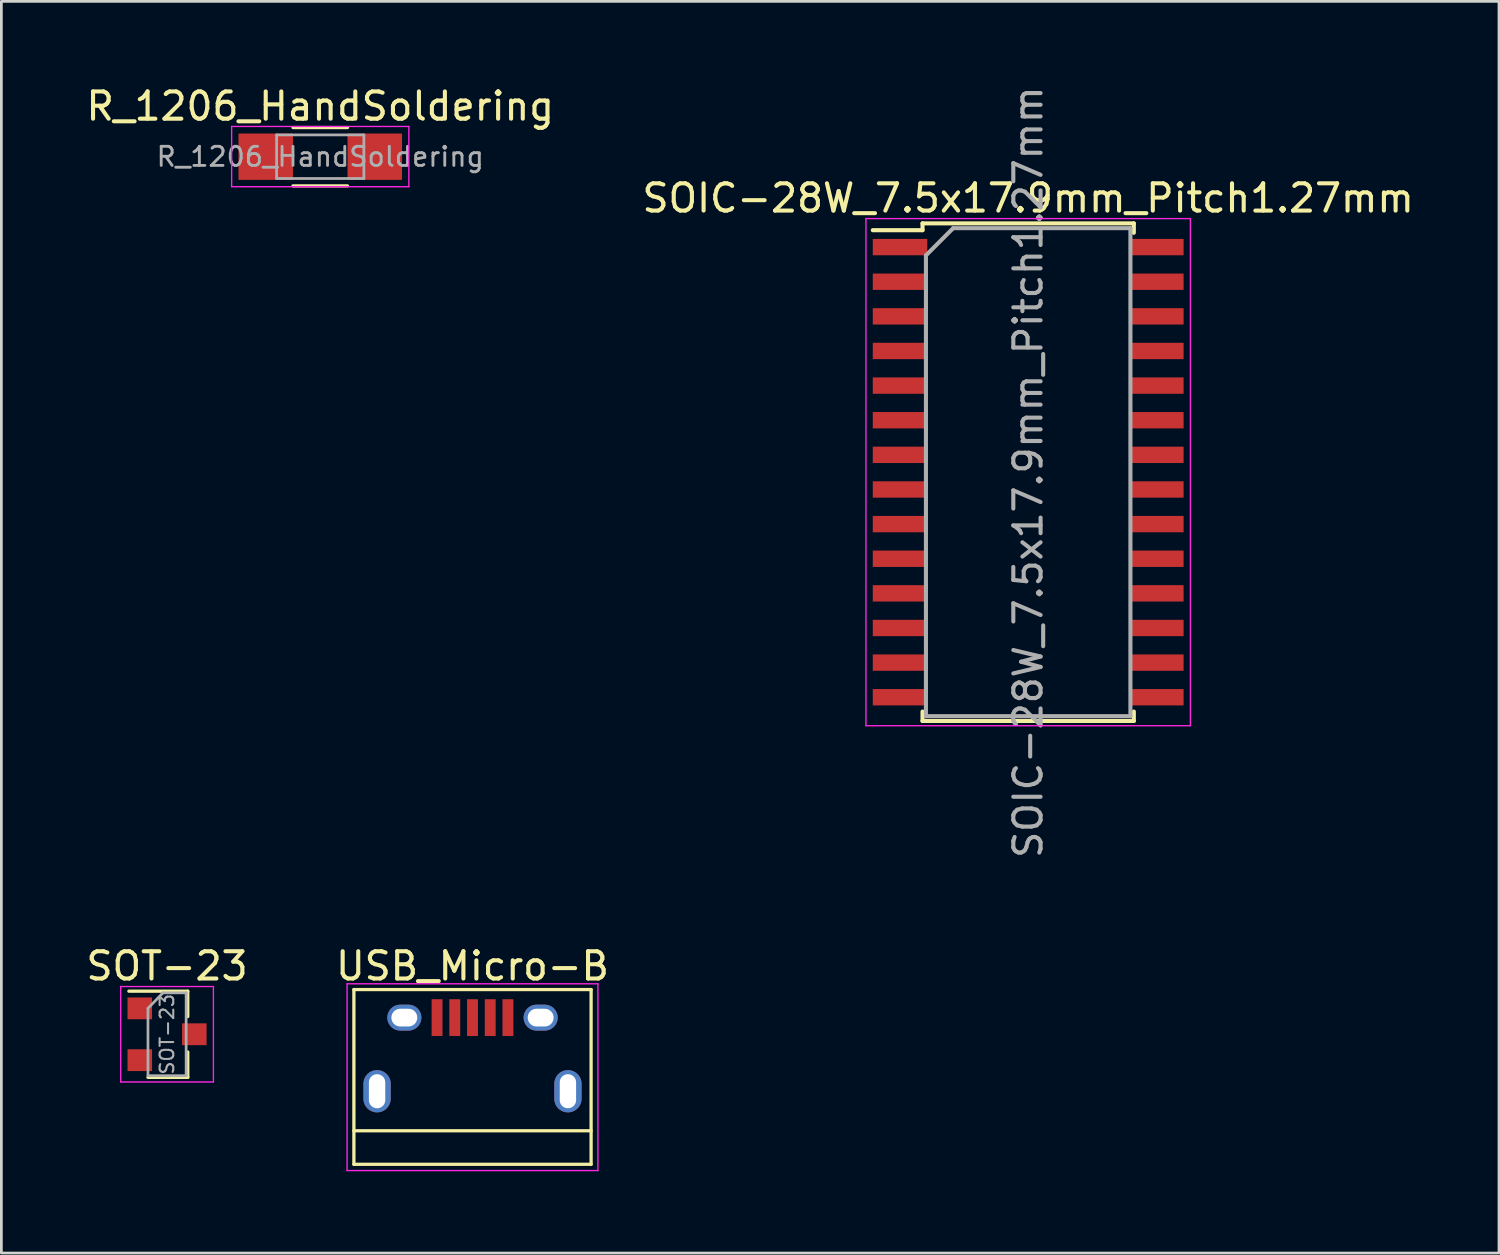
<source format=kicad_pcb>
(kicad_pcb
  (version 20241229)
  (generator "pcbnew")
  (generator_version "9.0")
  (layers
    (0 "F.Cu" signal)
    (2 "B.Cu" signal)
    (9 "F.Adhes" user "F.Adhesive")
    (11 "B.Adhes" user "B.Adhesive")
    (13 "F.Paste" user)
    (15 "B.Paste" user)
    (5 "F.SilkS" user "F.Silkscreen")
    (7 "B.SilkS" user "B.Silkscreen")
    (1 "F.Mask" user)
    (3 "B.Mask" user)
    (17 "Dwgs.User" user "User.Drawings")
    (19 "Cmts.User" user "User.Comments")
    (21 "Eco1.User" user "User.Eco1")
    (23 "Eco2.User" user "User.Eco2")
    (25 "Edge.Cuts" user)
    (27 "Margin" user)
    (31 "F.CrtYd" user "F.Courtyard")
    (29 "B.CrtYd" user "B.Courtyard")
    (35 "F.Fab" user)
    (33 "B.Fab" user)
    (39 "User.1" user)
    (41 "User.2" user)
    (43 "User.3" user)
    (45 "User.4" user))
  (footprint "SOT-23"
    (layer "F.Cu")
    (at 3.077 34.884)
    (property "Reference" "SOT-23" (at 0 -2.5 0) (layer "F.SilkS") (effects (font (size 1 1) (thickness 0.15))))
    (attr smd)
    (fp_line (start 0.76 -1.58) (end -1.4 -1.58) (stroke (width 0.12) (type solid)) (layer "F.SilkS"))
    (fp_line (start 0.76 -1.58) (end 0.76 -0.65) (stroke (width 0.12) (type solid)) (layer "F.SilkS"))
    (fp_line (start 0.76 1.58) (end -0.7 1.58) (stroke (width 0.12) (type solid)) (layer "F.SilkS"))
    (fp_line (start 0.76 1.58) (end 0.76 0.65) (stroke (width 0.12) (type solid)) (layer "F.SilkS"))
    (fp_line (start -1.7 -1.75) (end 1.7 -1.75) (stroke (width 0.05) (type solid)) (layer "F.CrtYd"))
    (fp_line (start -1.7 1.75) (end -1.7 -1.75) (stroke (width 0.05) (type solid)) (layer "F.CrtYd"))
    (fp_line (start 1.7 -1.75) (end 1.7 1.75) (stroke (width 0.05) (type solid)) (layer "F.CrtYd"))
    (fp_line (start 1.7 1.75) (end -1.7 1.75) (stroke (width 0.05) (type solid)) (layer "F.CrtYd"))
    (fp_line (start -0.7 -0.95) (end -0.7 1.5) (stroke (width 0.1) (type solid)) (layer "F.Fab"))
    (fp_line (start -0.7 -0.95) (end -0.15 -1.52) (stroke (width 0.1) (type solid)) (layer "F.Fab"))
    (fp_line (start -0.7 1.52) (end 0.7 1.52) (stroke (width 0.1) (type solid)) (layer "F.Fab"))
    (fp_line (start -0.15 -1.52) (end 0.7 -1.52) (stroke (width 0.1) (type solid)) (layer "F.Fab"))
    (fp_line (start 0.7 -1.52) (end 0.7 1.52) (stroke (width 0.1) (type solid)) (layer "F.Fab"))
    (fp_text user "${REFERENCE}" (at 0 0 90) (layer "F.Fab") (effects (font (size 0.5 0.5) (thickness 0.075))))
    (pad "1" smd rect (at -1 -0.95) (size 0.9 0.8) (layers "F.Cu" "F.Mask" "F.Paste"))
    (pad "2" smd rect (at -1 0.95) (size 0.9 0.8) (layers "F.Cu" "F.Mask" "F.Paste"))
    (pad "3" smd rect (at 1 0) (size 0.9 0.8) (layers "F.Cu" "F.Mask" "F.Paste")))
  (footprint "USB_Micro-B"
    (layer "F.Cu")
    (at 14.28 35.624)
    (property "Reference" "USB_Micro-B" (at 0 -3.24 0) (layer "F.SilkS") (effects (font (size 1 1) (thickness 0.15))))
    (attr smd)
    (fp_line (start -4.35 -2.38) (end 4.35 -2.38) (stroke (width 0.12) (type solid)) (layer "F.SilkS"))
    (fp_line (start -4.35 4.03) (end -4.35 -2.38) (stroke (width 0.12) (type solid)) (layer "F.SilkS"))
    (fp_line (start -4.35 4.03) (end 4.35 4.03) (stroke (width 0.12) (type solid)) (layer "F.SilkS"))
    (fp_line (start 4.35 -2.38) (end 4.35 4.03) (stroke (width 0.12) (type solid)) (layer "F.SilkS"))
    (fp_line (start 4.35 2.8) (end -4.35 2.8) (stroke (width 0.12) (type solid)) (layer "F.SilkS"))
    (fp_line (start -4.6 -2.59) (end 4.6 -2.59) (stroke (width 0.05) (type solid)) (layer "F.CrtYd"))
    (fp_line (start -4.6 4.26) (end -4.6 -2.59) (stroke (width 0.05) (type solid)) (layer "F.CrtYd"))
    (fp_line (start 4.6 -2.59) (end 4.6 4.26) (stroke (width 0.05) (type solid)) (layer "F.CrtYd"))
    (fp_line (start 4.6 4.26) (end -4.6 4.26) (stroke (width 0.05) (type solid)) (layer "F.CrtYd"))
    (pad "1" smd rect (at -1.3 -1.35 90) (size 1.35 0.4) (layers "F.Cu" "F.Mask" "F.Paste"))
    (pad "2" smd rect (at -0.65 -1.35 90) (size 1.35 0.4) (layers "F.Cu" "F.Mask" "F.Paste"))
    (pad "3" smd rect (at 0 -1.35 90) (size 1.35 0.4) (layers "F.Cu" "F.Mask" "F.Paste"))
    (pad "4" smd rect (at 0.65 -1.35 90) (size 1.35 0.4) (layers "F.Cu" "F.Mask" "F.Paste"))
    (pad "5" smd rect (at 1.3 -1.35 90) (size 1.35 0.4) (layers "F.Cu" "F.Mask" "F.Paste"))
    (pad "6" thru_hole oval (at -3.5 1.35 90) (size 1.55 1) (drill oval 1.25 0.6) (layers "*.Cu" "*.Mask"))
    (pad "6" thru_hole oval (at -2.5 -1.35 90) (size 0.95 1.25) (drill oval 0.65 0.95) (layers "*.Cu" "*.Mask"))
    (pad "6" thru_hole oval (at 2.5 -1.35 90) (size 0.95 1.25) (drill oval 0.65 0.95) (layers "*.Cu" "*.Mask"))
    (pad "6" thru_hole oval (at 3.5 1.35 90) (size 1.55 1) (drill oval 1.25 0.6) (layers "*.Cu" "*.Mask")))
  (footprint "R_1206_HandSoldering"
    (layer "F.Cu")
    (at 8.696 2.698)
    (property "Reference" "R_1206_HandSoldering" (at 0 -1.85 0) (layer "F.SilkS") (effects (font (size 1 1) (thickness 0.15))))
    (attr smd)
    (fp_line (start -1 -1.07) (end 1 -1.07) (stroke (width 0.12) (type solid)) (layer "F.SilkS"))
    (fp_line (start 1 1.07) (end -1 1.07) (stroke (width 0.12) (type solid)) (layer "F.SilkS"))
    (fp_line (start -3.25 -1.11) (end -3.25 1.1) (stroke (width 0.05) (type solid)) (layer "F.CrtYd"))
    (fp_line (start -3.25 -1.11) (end 3.25 -1.11) (stroke (width 0.05) (type solid)) (layer "F.CrtYd"))
    (fp_line (start 3.25 1.1) (end -3.25 1.1) (stroke (width 0.05) (type solid)) (layer "F.CrtYd"))
    (fp_line (start 3.25 1.1) (end 3.25 -1.11) (stroke (width 0.05) (type solid)) (layer "F.CrtYd"))
    (fp_line (start -1.6 -0.8) (end 1.6 -0.8) (stroke (width 0.1) (type solid)) (layer "F.Fab"))
    (fp_line (start -1.6 0.8) (end -1.6 -0.8) (stroke (width 0.1) (type solid)) (layer "F.Fab"))
    (fp_line (start 1.6 -0.8) (end 1.6 0.8) (stroke (width 0.1) (type solid)) (layer "F.Fab"))
    (fp_line (start 1.6 0.8) (end -1.6 0.8) (stroke (width 0.1) (type solid)) (layer "F.Fab"))
    (fp_text user "${REFERENCE}" (at 0 0 0) (layer "F.Fab") (effects (font (size 0.7 0.7) (thickness 0.105))))
    (pad "1" smd rect (at -2 0) (size 2 1.7) (layers "F.Cu" "F.Mask" "F.Paste"))
    (pad "2" smd rect (at 2 0) (size 2 1.7) (layers "F.Cu" "F.Mask" "F.Paste")))
  (footprint "SOIC-28W_7.5x17.9mm_Pitch1.27mm"
    (layer "F.Cu")
    (at 34.661 14.268)
    (property "Reference" "SOIC-28W_7.5x17.9mm_Pitch1.27mm" (at 0 -10.05 0) (layer "F.SilkS") (effects (font (size 1 1) (thickness 0.15))))
    (attr smd)
    (fp_line (start -3.875 -9.125) (end -3.875 -8.875) (stroke (width 0.15) (type solid)) (layer "F.SilkS"))
    (fp_line (start -3.875 -9.125) (end 3.875 -9.125) (stroke (width 0.15) (type solid)) (layer "F.SilkS"))
    (fp_line (start -3.875 -8.875) (end -5.7 -8.875) (stroke (width 0.15) (type solid)) (layer "F.SilkS"))
    (fp_line (start -3.875 9.125) (end -3.875 8.78) (stroke (width 0.15) (type solid)) (layer "F.SilkS"))
    (fp_line (start -3.875 9.125) (end 3.875 9.125) (stroke (width 0.15) (type solid)) (layer "F.SilkS"))
    (fp_line (start 3.875 -9.125) (end 3.875 -8.78) (stroke (width 0.15) (type solid)) (layer "F.SilkS"))
    (fp_line (start 3.875 9.125) (end 3.875 8.78) (stroke (width 0.15) (type solid)) (layer "F.SilkS"))
    (fp_line (start -5.95 -9.3) (end -5.95 9.3) (stroke (width 0.05) (type solid)) (layer "F.CrtYd"))
    (fp_line (start -5.95 -9.3) (end 5.95 -9.3) (stroke (width 0.05) (type solid)) (layer "F.CrtYd"))
    (fp_line (start -5.95 9.3) (end 5.95 9.3) (stroke (width 0.05) (type solid)) (layer "F.CrtYd"))
    (fp_line (start 5.95 -9.3) (end 5.95 9.3) (stroke (width 0.05) (type solid)) (layer "F.CrtYd"))
    (fp_line (start -3.75 -7.95) (end -2.75 -8.95) (stroke (width 0.15) (type solid)) (layer "F.Fab"))
    (fp_line (start -3.75 8.95) (end -3.75 -7.95) (stroke (width 0.15) (type solid)) (layer "F.Fab"))
    (fp_line (start -2.75 -8.95) (end 3.75 -8.95) (stroke (width 0.15) (type solid)) (layer "F.Fab"))
    (fp_line (start 3.75 -8.95) (end 3.75 8.95) (stroke (width 0.15) (type solid)) (layer "F.Fab"))
    (fp_line (start 3.75 8.95) (end -3.75 8.95) (stroke (width 0.15) (type solid)) (layer "F.Fab"))
    (fp_text user "${REFERENCE}" (at 0 0 90) (layer "F.Fab") (effects (font (size 1 1) (thickness 0.15))))
    (pad "1" smd rect (at -4.7 -8.255) (size 2 0.6) (layers "F.Cu" "F.Mask" "F.Paste"))
    (pad "2" smd rect (at -4.7 -6.985) (size 2 0.6) (layers "F.Cu" "F.Mask" "F.Paste"))
    (pad "3" smd rect (at -4.7 -5.715) (size 2 0.6) (layers "F.Cu" "F.Mask" "F.Paste"))
    (pad "4" smd rect (at -4.7 -4.445) (size 2 0.6) (layers "F.Cu" "F.Mask" "F.Paste"))
    (pad "5" smd rect (at -4.7 -3.175) (size 2 0.6) (layers "F.Cu" "F.Mask" "F.Paste"))
    (pad "6" smd rect (at -4.7 -1.905) (size 2 0.6) (layers "F.Cu" "F.Mask" "F.Paste"))
    (pad "7" smd rect (at -4.7 -0.635) (size 2 0.6) (layers "F.Cu" "F.Mask" "F.Paste"))
    (pad "8" smd rect (at -4.7 0.635) (size 2 0.6) (layers "F.Cu" "F.Mask" "F.Paste"))
    (pad "9" smd rect (at -4.7 1.905) (size 2 0.6) (layers "F.Cu" "F.Mask" "F.Paste"))
    (pad "10" smd rect (at -4.7 3.175) (size 2 0.6) (layers "F.Cu" "F.Mask" "F.Paste"))
    (pad "11" smd rect (at -4.7 4.445) (size 2 0.6) (layers "F.Cu" "F.Mask" "F.Paste"))
    (pad "12" smd rect (at -4.7 5.715) (size 2 0.6) (layers "F.Cu" "F.Mask" "F.Paste"))
    (pad "13" smd rect (at -4.7 6.985) (size 2 0.6) (layers "F.Cu" "F.Mask" "F.Paste"))
    (pad "14" smd rect (at -4.7 8.255) (size 2 0.6) (layers "F.Cu" "F.Mask" "F.Paste"))
    (pad "15" smd rect (at 4.7 8.255) (size 2 0.6) (layers "F.Cu" "F.Mask" "F.Paste"))
    (pad "16" smd rect (at 4.7 6.985) (size 2 0.6) (layers "F.Cu" "F.Mask" "F.Paste"))
    (pad "17" smd rect (at 4.7 5.715) (size 2 0.6) (layers "F.Cu" "F.Mask" "F.Paste"))
    (pad "18" smd rect (at 4.7 4.445) (size 2 0.6) (layers "F.Cu" "F.Mask" "F.Paste"))
    (pad "19" smd rect (at 4.7 3.175) (size 2 0.6) (layers "F.Cu" "F.Mask" "F.Paste"))
    (pad "20" smd rect (at 4.7 1.905) (size 2 0.6) (layers "F.Cu" "F.Mask" "F.Paste"))
    (pad "21" smd rect (at 4.7 0.635) (size 2 0.6) (layers "F.Cu" "F.Mask" "F.Paste"))
    (pad "22" smd rect (at 4.7 -0.635) (size 2 0.6) (layers "F.Cu" "F.Mask" "F.Paste"))
    (pad "23" smd rect (at 4.7 -1.905) (size 2 0.6) (layers "F.Cu" "F.Mask" "F.Paste"))
    (pad "24" smd rect (at 4.7 -3.175) (size 2 0.6) (layers "F.Cu" "F.Mask" "F.Paste"))
    (pad "25" smd rect (at 4.7 -4.445) (size 2 0.6) (layers "F.Cu" "F.Mask" "F.Paste"))
    (pad "26" smd rect (at 4.7 -5.715) (size 2 0.6) (layers "F.Cu" "F.Mask" "F.Paste"))
    (pad "27" smd rect (at 4.7 -6.985) (size 2 0.6) (layers "F.Cu" "F.Mask" "F.Paste"))
    (pad "28" smd rect (at 4.7 -8.255) (size 2 0.6) (layers "F.Cu" "F.Mask" "F.Paste")))
  (gr_rect
    (start -3 -3)
    (end 51.929 42.909)
    (stroke (width 0.1) (type default))
    (fill no)
    (layer "Edge.Cuts")))
</source>
